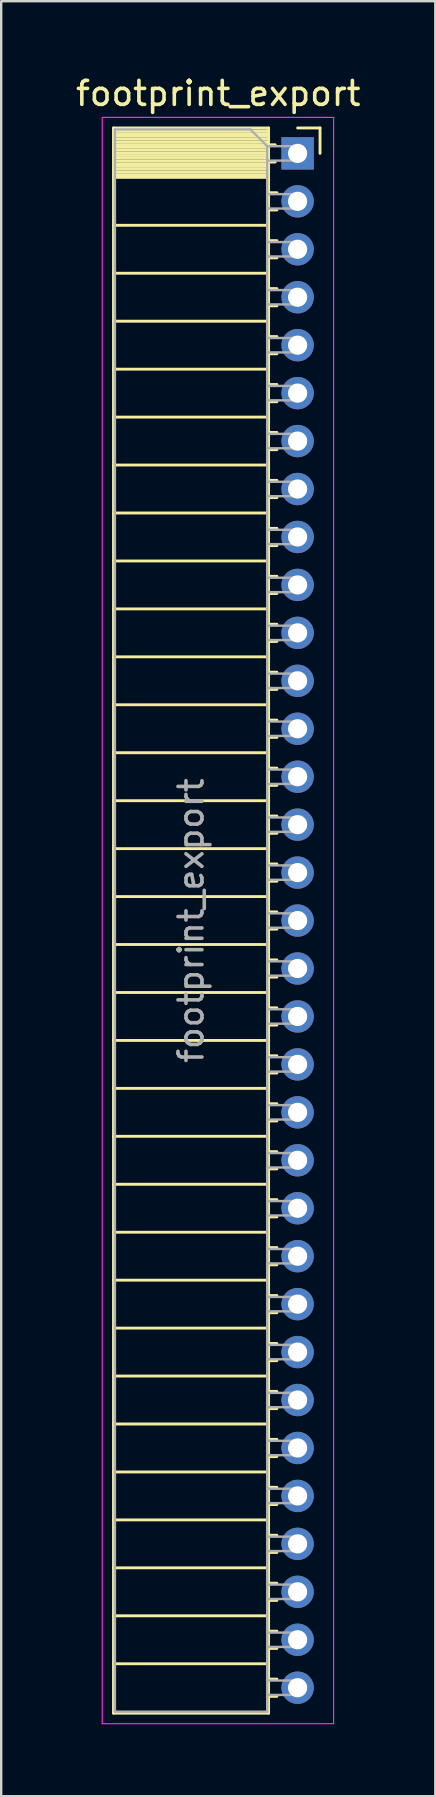
<source format=kicad_pcb>
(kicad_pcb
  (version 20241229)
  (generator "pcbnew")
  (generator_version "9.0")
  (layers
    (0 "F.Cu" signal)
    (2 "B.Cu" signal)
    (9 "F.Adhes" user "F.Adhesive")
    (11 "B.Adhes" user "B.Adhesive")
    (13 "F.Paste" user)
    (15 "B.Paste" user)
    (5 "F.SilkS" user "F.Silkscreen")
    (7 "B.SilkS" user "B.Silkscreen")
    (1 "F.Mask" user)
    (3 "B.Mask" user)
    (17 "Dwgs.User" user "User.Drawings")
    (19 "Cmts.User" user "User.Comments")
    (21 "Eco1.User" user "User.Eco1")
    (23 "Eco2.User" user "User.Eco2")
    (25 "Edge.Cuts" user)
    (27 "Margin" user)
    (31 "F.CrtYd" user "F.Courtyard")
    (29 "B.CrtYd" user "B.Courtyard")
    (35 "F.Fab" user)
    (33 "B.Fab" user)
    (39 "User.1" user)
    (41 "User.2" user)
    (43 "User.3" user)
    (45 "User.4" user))
  (footprint "footprint_export"
    (layer "F.Cu")
    (at 9.364 3.348)
    (property "Reference" "footprint_export" (at -3.31 -2.5 0) (layer "F.SilkS") (effects (font (size 1 1) (thickness 0.15))))
    (attr through_hole)
    (fp_line (start -7.68 -1.06) (end -7.68 65.06) (stroke (width 0.12) (type solid)) (layer "F.SilkS"))
    (fp_line (start -7.68 -1.06) (end -1.21 -1.06) (stroke (width 0.12) (type solid)) (layer "F.SilkS"))
    (fp_line (start -7.68 -0.94) (end -1.21 -0.94) (stroke (width 0.12) (type solid)) (layer "F.SilkS"))
    (fp_line (start -7.68 -0.826) (end -1.21 -0.826) (stroke (width 0.12) (type solid)) (layer "F.SilkS"))
    (fp_line (start -7.68 -0.712) (end -1.21 -0.712) (stroke (width 0.12) (type solid)) (layer "F.SilkS"))
    (fp_line (start -7.68 -0.598) (end -1.21 -0.598) (stroke (width 0.12) (type solid)) (layer "F.SilkS"))
    (fp_line (start -7.68 -0.484) (end -1.21 -0.484) (stroke (width 0.12) (type solid)) (layer "F.SilkS"))
    (fp_line (start -7.68 -0.369) (end -1.21 -0.369) (stroke (width 0.12) (type solid)) (layer "F.SilkS"))
    (fp_line (start -7.68 -0.255) (end -1.21 -0.255) (stroke (width 0.12) (type solid)) (layer "F.SilkS"))
    (fp_line (start -7.68 -0.141) (end -1.21 -0.141) (stroke (width 0.12) (type solid)) (layer "F.SilkS"))
    (fp_line (start -7.68 -0.027) (end -1.21 -0.027) (stroke (width 0.12) (type solid)) (layer "F.SilkS"))
    (fp_line (start -7.68 0.087) (end -1.21 0.087) (stroke (width 0.12) (type solid)) (layer "F.SilkS"))
    (fp_line (start -7.68 0.201) (end -1.21 0.201) (stroke (width 0.12) (type solid)) (layer "F.SilkS"))
    (fp_line (start -7.68 0.315) (end -1.21 0.315) (stroke (width 0.12) (type solid)) (layer "F.SilkS"))
    (fp_line (start -7.68 0.429) (end -1.21 0.429) (stroke (width 0.12) (type solid)) (layer "F.SilkS"))
    (fp_line (start -7.68 0.544) (end -1.21 0.544) (stroke (width 0.12) (type solid)) (layer "F.SilkS"))
    (fp_line (start -7.68 0.658) (end -1.21 0.658) (stroke (width 0.12) (type solid)) (layer "F.SilkS"))
    (fp_line (start -7.68 0.772) (end -1.21 0.772) (stroke (width 0.12) (type solid)) (layer "F.SilkS"))
    (fp_line (start -7.68 0.886) (end -1.21 0.886) (stroke (width 0.12) (type solid)) (layer "F.SilkS"))
    (fp_line (start -7.68 1) (end -1.21 1) (stroke (width 0.12) (type solid)) (layer "F.SilkS"))
    (fp_line (start -7.68 3) (end -1.21 3) (stroke (width 0.12) (type solid)) (layer "F.SilkS"))
    (fp_line (start -7.68 5) (end -1.21 5) (stroke (width 0.12) (type solid)) (layer "F.SilkS"))
    (fp_line (start -7.68 7) (end -1.21 7) (stroke (width 0.12) (type solid)) (layer "F.SilkS"))
    (fp_line (start -7.68 9) (end -1.21 9) (stroke (width 0.12) (type solid)) (layer "F.SilkS"))
    (fp_line (start -7.68 11) (end -1.21 11) (stroke (width 0.12) (type solid)) (layer "F.SilkS"))
    (fp_line (start -7.68 13) (end -1.21 13) (stroke (width 0.12) (type solid)) (layer "F.SilkS"))
    (fp_line (start -7.68 15) (end -1.21 15) (stroke (width 0.12) (type solid)) (layer "F.SilkS"))
    (fp_line (start -7.68 17) (end -1.21 17) (stroke (width 0.12) (type solid)) (layer "F.SilkS"))
    (fp_line (start -7.68 19) (end -1.21 19) (stroke (width 0.12) (type solid)) (layer "F.SilkS"))
    (fp_line (start -7.68 21) (end -1.21 21) (stroke (width 0.12) (type solid)) (layer "F.SilkS"))
    (fp_line (start -7.68 23) (end -1.21 23) (stroke (width 0.12) (type solid)) (layer "F.SilkS"))
    (fp_line (start -7.68 25) (end -1.21 25) (stroke (width 0.12) (type solid)) (layer "F.SilkS"))
    (fp_line (start -7.68 27) (end -1.21 27) (stroke (width 0.12) (type solid)) (layer "F.SilkS"))
    (fp_line (start -7.68 29) (end -1.21 29) (stroke (width 0.12) (type solid)) (layer "F.SilkS"))
    (fp_line (start -7.68 31) (end -1.21 31) (stroke (width 0.12) (type solid)) (layer "F.SilkS"))
    (fp_line (start -7.68 33) (end -1.21 33) (stroke (width 0.12) (type solid)) (layer "F.SilkS"))
    (fp_line (start -7.68 35) (end -1.21 35) (stroke (width 0.12) (type solid)) (layer "F.SilkS"))
    (fp_line (start -7.68 37) (end -1.21 37) (stroke (width 0.12) (type solid)) (layer "F.SilkS"))
    (fp_line (start -7.68 39) (end -1.21 39) (stroke (width 0.12) (type solid)) (layer "F.SilkS"))
    (fp_line (start -7.68 41) (end -1.21 41) (stroke (width 0.12) (type solid)) (layer "F.SilkS"))
    (fp_line (start -7.68 43) (end -1.21 43) (stroke (width 0.12) (type solid)) (layer "F.SilkS"))
    (fp_line (start -7.68 45) (end -1.21 45) (stroke (width 0.12) (type solid)) (layer "F.SilkS"))
    (fp_line (start -7.68 47) (end -1.21 47) (stroke (width 0.12) (type solid)) (layer "F.SilkS"))
    (fp_line (start -7.68 49) (end -1.21 49) (stroke (width 0.12) (type solid)) (layer "F.SilkS"))
    (fp_line (start -7.68 51) (end -1.21 51) (stroke (width 0.12) (type solid)) (layer "F.SilkS"))
    (fp_line (start -7.68 53) (end -1.21 53) (stroke (width 0.12) (type solid)) (layer "F.SilkS"))
    (fp_line (start -7.68 55) (end -1.21 55) (stroke (width 0.12) (type solid)) (layer "F.SilkS"))
    (fp_line (start -7.68 57) (end -1.21 57) (stroke (width 0.12) (type solid)) (layer "F.SilkS"))
    (fp_line (start -7.68 59) (end -1.21 59) (stroke (width 0.12) (type solid)) (layer "F.SilkS"))
    (fp_line (start -7.68 61) (end -1.21 61) (stroke (width 0.12) (type solid)) (layer "F.SilkS"))
    (fp_line (start -7.68 63) (end -1.21 63) (stroke (width 0.12) (type solid)) (layer "F.SilkS"))
    (fp_line (start -7.68 65.06) (end -1.21 65.06) (stroke (width 0.12) (type solid)) (layer "F.SilkS"))
    (fp_line (start -1.21 -1.06) (end -1.21 65.06) (stroke (width 0.12) (type solid)) (layer "F.SilkS"))
    (fp_line (start -1.21 -0.36) (end -0.935 -0.36) (stroke (width 0.12) (type solid)) (layer "F.SilkS"))
    (fp_line (start -1.21 0.36) (end -0.935 0.36) (stroke (width 0.12) (type solid)) (layer "F.SilkS"))
    (fp_line (start -1.21 1.64) (end -0.863 1.64) (stroke (width 0.12) (type solid)) (layer "F.SilkS"))
    (fp_line (start -1.21 2.36) (end -0.863 2.36) (stroke (width 0.12) (type solid)) (layer "F.SilkS"))
    (fp_line (start -1.21 3.64) (end -0.863 3.64) (stroke (width 0.12) (type solid)) (layer "F.SilkS"))
    (fp_line (start -1.21 4.36) (end -0.863 4.36) (stroke (width 0.12) (type solid)) (layer "F.SilkS"))
    (fp_line (start -1.21 5.64) (end -0.863 5.64) (stroke (width 0.12) (type solid)) (layer "F.SilkS"))
    (fp_line (start -1.21 6.36) (end -0.863 6.36) (stroke (width 0.12) (type solid)) (layer "F.SilkS"))
    (fp_line (start -1.21 7.64) (end -0.863 7.64) (stroke (width 0.12) (type solid)) (layer "F.SilkS"))
    (fp_line (start -1.21 8.36) (end -0.863 8.36) (stroke (width 0.12) (type solid)) (layer "F.SilkS"))
    (fp_line (start -1.21 9.64) (end -0.863 9.64) (stroke (width 0.12) (type solid)) (layer "F.SilkS"))
    (fp_line (start -1.21 10.36) (end -0.863 10.36) (stroke (width 0.12) (type solid)) (layer "F.SilkS"))
    (fp_line (start -1.21 11.64) (end -0.863 11.64) (stroke (width 0.12) (type solid)) (layer "F.SilkS"))
    (fp_line (start -1.21 12.36) (end -0.863 12.36) (stroke (width 0.12) (type solid)) (layer "F.SilkS"))
    (fp_line (start -1.21 13.64) (end -0.863 13.64) (stroke (width 0.12) (type solid)) (layer "F.SilkS"))
    (fp_line (start -1.21 14.36) (end -0.863 14.36) (stroke (width 0.12) (type solid)) (layer "F.SilkS"))
    (fp_line (start -1.21 15.64) (end -0.863 15.64) (stroke (width 0.12) (type solid)) (layer "F.SilkS"))
    (fp_line (start -1.21 16.36) (end -0.863 16.36) (stroke (width 0.12) (type solid)) (layer "F.SilkS"))
    (fp_line (start -1.21 17.64) (end -0.863 17.64) (stroke (width 0.12) (type solid)) (layer "F.SilkS"))
    (fp_line (start -1.21 18.36) (end -0.863 18.36) (stroke (width 0.12) (type solid)) (layer "F.SilkS"))
    (fp_line (start -1.21 19.64) (end -0.863 19.64) (stroke (width 0.12) (type solid)) (layer "F.SilkS"))
    (fp_line (start -1.21 20.36) (end -0.863 20.36) (stroke (width 0.12) (type solid)) (layer "F.SilkS"))
    (fp_line (start -1.21 21.64) (end -0.863 21.64) (stroke (width 0.12) (type solid)) (layer "F.SilkS"))
    (fp_line (start -1.21 22.36) (end -0.863 22.36) (stroke (width 0.12) (type solid)) (layer "F.SilkS"))
    (fp_line (start -1.21 23.64) (end -0.863 23.64) (stroke (width 0.12) (type solid)) (layer "F.SilkS"))
    (fp_line (start -1.21 24.36) (end -0.863 24.36) (stroke (width 0.12) (type solid)) (layer "F.SilkS"))
    (fp_line (start -1.21 25.64) (end -0.863 25.64) (stroke (width 0.12) (type solid)) (layer "F.SilkS"))
    (fp_line (start -1.21 26.36) (end -0.863 26.36) (stroke (width 0.12) (type solid)) (layer "F.SilkS"))
    (fp_line (start -1.21 27.64) (end -0.863 27.64) (stroke (width 0.12) (type solid)) (layer "F.SilkS"))
    (fp_line (start -1.21 28.36) (end -0.863 28.36) (stroke (width 0.12) (type solid)) (layer "F.SilkS"))
    (fp_line (start -1.21 29.64) (end -0.863 29.64) (stroke (width 0.12) (type solid)) (layer "F.SilkS"))
    (fp_line (start -1.21 30.36) (end -0.863 30.36) (stroke (width 0.12) (type solid)) (layer "F.SilkS"))
    (fp_line (start -1.21 31.64) (end -0.863 31.64) (stroke (width 0.12) (type solid)) (layer "F.SilkS"))
    (fp_line (start -1.21 32.36) (end -0.863 32.36) (stroke (width 0.12) (type solid)) (layer "F.SilkS"))
    (fp_line (start -1.21 33.64) (end -0.863 33.64) (stroke (width 0.12) (type solid)) (layer "F.SilkS"))
    (fp_line (start -1.21 34.36) (end -0.863 34.36) (stroke (width 0.12) (type solid)) (layer "F.SilkS"))
    (fp_line (start -1.21 35.64) (end -0.863 35.64) (stroke (width 0.12) (type solid)) (layer "F.SilkS"))
    (fp_line (start -1.21 36.36) (end -0.863 36.36) (stroke (width 0.12) (type solid)) (layer "F.SilkS"))
    (fp_line (start -1.21 37.64) (end -0.863 37.64) (stroke (width 0.12) (type solid)) (layer "F.SilkS"))
    (fp_line (start -1.21 38.36) (end -0.863 38.36) (stroke (width 0.12) (type solid)) (layer "F.SilkS"))
    (fp_line (start -1.21 39.64) (end -0.863 39.64) (stroke (width 0.12) (type solid)) (layer "F.SilkS"))
    (fp_line (start -1.21 40.36) (end -0.863 40.36) (stroke (width 0.12) (type solid)) (layer "F.SilkS"))
    (fp_line (start -1.21 41.64) (end -0.863 41.64) (stroke (width 0.12) (type solid)) (layer "F.SilkS"))
    (fp_line (start -1.21 42.36) (end -0.863 42.36) (stroke (width 0.12) (type solid)) (layer "F.SilkS"))
    (fp_line (start -1.21 43.64) (end -0.863 43.64) (stroke (width 0.12) (type solid)) (layer "F.SilkS"))
    (fp_line (start -1.21 44.36) (end -0.863 44.36) (stroke (width 0.12) (type solid)) (layer "F.SilkS"))
    (fp_line (start -1.21 45.64) (end -0.863 45.64) (stroke (width 0.12) (type solid)) (layer "F.SilkS"))
    (fp_line (start -1.21 46.36) (end -0.863 46.36) (stroke (width 0.12) (type solid)) (layer "F.SilkS"))
    (fp_line (start -1.21 47.64) (end -0.863 47.64) (stroke (width 0.12) (type solid)) (layer "F.SilkS"))
    (fp_line (start -1.21 48.36) (end -0.863 48.36) (stroke (width 0.12) (type solid)) (layer "F.SilkS"))
    (fp_line (start -1.21 49.64) (end -0.863 49.64) (stroke (width 0.12) (type solid)) (layer "F.SilkS"))
    (fp_line (start -1.21 50.36) (end -0.863 50.36) (stroke (width 0.12) (type solid)) (layer "F.SilkS"))
    (fp_line (start -1.21 51.64) (end -0.863 51.64) (stroke (width 0.12) (type solid)) (layer "F.SilkS"))
    (fp_line (start -1.21 52.36) (end -0.863 52.36) (stroke (width 0.12) (type solid)) (layer "F.SilkS"))
    (fp_line (start -1.21 53.64) (end -0.863 53.64) (stroke (width 0.12) (type solid)) (layer "F.SilkS"))
    (fp_line (start -1.21 54.36) (end -0.863 54.36) (stroke (width 0.12) (type solid)) (layer "F.SilkS"))
    (fp_line (start -1.21 55.64) (end -0.863 55.64) (stroke (width 0.12) (type solid)) (layer "F.SilkS"))
    (fp_line (start -1.21 56.36) (end -0.863 56.36) (stroke (width 0.12) (type solid)) (layer "F.SilkS"))
    (fp_line (start -1.21 57.64) (end -0.863 57.64) (stroke (width 0.12) (type solid)) (layer "F.SilkS"))
    (fp_line (start -1.21 58.36) (end -0.863 58.36) (stroke (width 0.12) (type solid)) (layer "F.SilkS"))
    (fp_line (start -1.21 59.64) (end -0.863 59.64) (stroke (width 0.12) (type solid)) (layer "F.SilkS"))
    (fp_line (start -1.21 60.36) (end -0.863 60.36) (stroke (width 0.12) (type solid)) (layer "F.SilkS"))
    (fp_line (start -1.21 61.64) (end -0.863 61.64) (stroke (width 0.12) (type solid)) (layer "F.SilkS"))
    (fp_line (start -1.21 62.36) (end -0.863 62.36) (stroke (width 0.12) (type solid)) (layer "F.SilkS"))
    (fp_line (start -1.21 63.64) (end -0.863 63.64) (stroke (width 0.12) (type solid)) (layer "F.SilkS"))
    (fp_line (start -1.21 64.36) (end -0.863 64.36) (stroke (width 0.12) (type solid)) (layer "F.SilkS"))
    (fp_line (start 0 -1.06) (end 0.935 -1.06) (stroke (width 0.12) (type solid)) (layer "F.SilkS"))
    (fp_line (start 0.935 -1.06) (end 0.935 0) (stroke (width 0.12) (type solid)) (layer "F.SilkS"))
    (fp_line (start -8.15 -1.5) (end -8.15 65.5) (stroke (width 0.05) (type solid)) (layer "F.CrtYd"))
    (fp_line (start -8.15 65.5) (end 1.5 65.5) (stroke (width 0.05) (type solid)) (layer "F.CrtYd"))
    (fp_line (start 1.5 -1.5) (end -8.15 -1.5) (stroke (width 0.05) (type solid)) (layer "F.CrtYd"))
    (fp_line (start 1.5 65.5) (end 1.5 -1.5) (stroke (width 0.05) (type solid)) (layer "F.CrtYd"))
    (fp_line (start -7.62 -1) (end -1.97 -1) (stroke (width 0.1) (type solid)) (layer "F.Fab"))
    (fp_line (start -7.62 65) (end -7.62 -1) (stroke (width 0.1) (type solid)) (layer "F.Fab"))
    (fp_line (start -1.97 -1) (end -1.27 -0.3) (stroke (width 0.1) (type solid)) (layer "F.Fab"))
    (fp_line (start -1.27 -0.3) (end -1.27 65) (stroke (width 0.1) (type solid)) (layer "F.Fab"))
    (fp_line (start -1.27 0.3) (end 0 0.3) (stroke (width 0.1) (type solid)) (layer "F.Fab"))
    (fp_line (start -1.27 2.3) (end 0 2.3) (stroke (width 0.1) (type solid)) (layer "F.Fab"))
    (fp_line (start -1.27 4.3) (end 0 4.3) (stroke (width 0.1) (type solid)) (layer "F.Fab"))
    (fp_line (start -1.27 6.3) (end 0 6.3) (stroke (width 0.1) (type solid)) (layer "F.Fab"))
    (fp_line (start -1.27 8.3) (end 0 8.3) (stroke (width 0.1) (type solid)) (layer "F.Fab"))
    (fp_line (start -1.27 10.3) (end 0 10.3) (stroke (width 0.1) (type solid)) (layer "F.Fab"))
    (fp_line (start -1.27 12.3) (end 0 12.3) (stroke (width 0.1) (type solid)) (layer "F.Fab"))
    (fp_line (start -1.27 14.3) (end 0 14.3) (stroke (width 0.1) (type solid)) (layer "F.Fab"))
    (fp_line (start -1.27 16.3) (end 0 16.3) (stroke (width 0.1) (type solid)) (layer "F.Fab"))
    (fp_line (start -1.27 18.3) (end 0 18.3) (stroke (width 0.1) (type solid)) (layer "F.Fab"))
    (fp_line (start -1.27 20.3) (end 0 20.3) (stroke (width 0.1) (type solid)) (layer "F.Fab"))
    (fp_line (start -1.27 22.3) (end 0 22.3) (stroke (width 0.1) (type solid)) (layer "F.Fab"))
    (fp_line (start -1.27 24.3) (end 0 24.3) (stroke (width 0.1) (type solid)) (layer "F.Fab"))
    (fp_line (start -1.27 26.3) (end 0 26.3) (stroke (width 0.1) (type solid)) (layer "F.Fab"))
    (fp_line (start -1.27 28.3) (end 0 28.3) (stroke (width 0.1) (type solid)) (layer "F.Fab"))
    (fp_line (start -1.27 30.3) (end 0 30.3) (stroke (width 0.1) (type solid)) (layer "F.Fab"))
    (fp_line (start -1.27 32.3) (end 0 32.3) (stroke (width 0.1) (type solid)) (layer "F.Fab"))
    (fp_line (start -1.27 34.3) (end 0 34.3) (stroke (width 0.1) (type solid)) (layer "F.Fab"))
    (fp_line (start -1.27 36.3) (end 0 36.3) (stroke (width 0.1) (type solid)) (layer "F.Fab"))
    (fp_line (start -1.27 38.3) (end 0 38.3) (stroke (width 0.1) (type solid)) (layer "F.Fab"))
    (fp_line (start -1.27 40.3) (end 0 40.3) (stroke (width 0.1) (type solid)) (layer "F.Fab"))
    (fp_line (start -1.27 42.3) (end 0 42.3) (stroke (width 0.1) (type solid)) (layer "F.Fab"))
    (fp_line (start -1.27 44.3) (end 0 44.3) (stroke (width 0.1) (type solid)) (layer "F.Fab"))
    (fp_line (start -1.27 46.3) (end 0 46.3) (stroke (width 0.1) (type solid)) (layer "F.Fab"))
    (fp_line (start -1.27 48.3) (end 0 48.3) (stroke (width 0.1) (type solid)) (layer "F.Fab"))
    (fp_line (start -1.27 50.3) (end 0 50.3) (stroke (width 0.1) (type solid)) (layer "F.Fab"))
    (fp_line (start -1.27 52.3) (end 0 52.3) (stroke (width 0.1) (type solid)) (layer "F.Fab"))
    (fp_line (start -1.27 54.3) (end 0 54.3) (stroke (width 0.1) (type solid)) (layer "F.Fab"))
    (fp_line (start -1.27 56.3) (end 0 56.3) (stroke (width 0.1) (type solid)) (layer "F.Fab"))
    (fp_line (start -1.27 58.3) (end 0 58.3) (stroke (width 0.1) (type solid)) (layer "F.Fab"))
    (fp_line (start -1.27 60.3) (end 0 60.3) (stroke (width 0.1) (type solid)) (layer "F.Fab"))
    (fp_line (start -1.27 62.3) (end 0 62.3) (stroke (width 0.1) (type solid)) (layer "F.Fab"))
    (fp_line (start -1.27 64.3) (end 0 64.3) (stroke (width 0.1) (type solid)) (layer "F.Fab"))
    (fp_line (start -1.27 65) (end -7.62 65) (stroke (width 0.1) (type solid)) (layer "F.Fab"))
    (fp_line (start 0 -0.3) (end -1.27 -0.3) (stroke (width 0.1) (type solid)) (layer "F.Fab"))
    (fp_line (start 0 0.3) (end 0 -0.3) (stroke (width 0.1) (type solid)) (layer "F.Fab"))
    (fp_line (start 0 1.7) (end -1.27 1.7) (stroke (width 0.1) (type solid)) (layer "F.Fab"))
    (fp_line (start 0 2.3) (end 0 1.7) (stroke (width 0.1) (type solid)) (layer "F.Fab"))
    (fp_line (start 0 3.7) (end -1.27 3.7) (stroke (width 0.1) (type solid)) (layer "F.Fab"))
    (fp_line (start 0 4.3) (end 0 3.7) (stroke (width 0.1) (type solid)) (layer "F.Fab"))
    (fp_line (start 0 5.7) (end -1.27 5.7) (stroke (width 0.1) (type solid)) (layer "F.Fab"))
    (fp_line (start 0 6.3) (end 0 5.7) (stroke (width 0.1) (type solid)) (layer "F.Fab"))
    (fp_line (start 0 7.7) (end -1.27 7.7) (stroke (width 0.1) (type solid)) (layer "F.Fab"))
    (fp_line (start 0 8.3) (end 0 7.7) (stroke (width 0.1) (type solid)) (layer "F.Fab"))
    (fp_line (start 0 9.7) (end -1.27 9.7) (stroke (width 0.1) (type solid)) (layer "F.Fab"))
    (fp_line (start 0 10.3) (end 0 9.7) (stroke (width 0.1) (type solid)) (layer "F.Fab"))
    (fp_line (start 0 11.7) (end -1.27 11.7) (stroke (width 0.1) (type solid)) (layer "F.Fab"))
    (fp_line (start 0 12.3) (end 0 11.7) (stroke (width 0.1) (type solid)) (layer "F.Fab"))
    (fp_line (start 0 13.7) (end -1.27 13.7) (stroke (width 0.1) (type solid)) (layer "F.Fab"))
    (fp_line (start 0 14.3) (end 0 13.7) (stroke (width 0.1) (type solid)) (layer "F.Fab"))
    (fp_line (start 0 15.7) (end -1.27 15.7) (stroke (width 0.1) (type solid)) (layer "F.Fab"))
    (fp_line (start 0 16.3) (end 0 15.7) (stroke (width 0.1) (type solid)) (layer "F.Fab"))
    (fp_line (start 0 17.7) (end -1.27 17.7) (stroke (width 0.1) (type solid)) (layer "F.Fab"))
    (fp_line (start 0 18.3) (end 0 17.7) (stroke (width 0.1) (type solid)) (layer "F.Fab"))
    (fp_line (start 0 19.7) (end -1.27 19.7) (stroke (width 0.1) (type solid)) (layer "F.Fab"))
    (fp_line (start 0 20.3) (end 0 19.7) (stroke (width 0.1) (type solid)) (layer "F.Fab"))
    (fp_line (start 0 21.7) (end -1.27 21.7) (stroke (width 0.1) (type solid)) (layer "F.Fab"))
    (fp_line (start 0 22.3) (end 0 21.7) (stroke (width 0.1) (type solid)) (layer "F.Fab"))
    (fp_line (start 0 23.7) (end -1.27 23.7) (stroke (width 0.1) (type solid)) (layer "F.Fab"))
    (fp_line (start 0 24.3) (end 0 23.7) (stroke (width 0.1) (type solid)) (layer "F.Fab"))
    (fp_line (start 0 25.7) (end -1.27 25.7) (stroke (width 0.1) (type solid)) (layer "F.Fab"))
    (fp_line (start 0 26.3) (end 0 25.7) (stroke (width 0.1) (type solid)) (layer "F.Fab"))
    (fp_line (start 0 27.7) (end -1.27 27.7) (stroke (width 0.1) (type solid)) (layer "F.Fab"))
    (fp_line (start 0 28.3) (end 0 27.7) (stroke (width 0.1) (type solid)) (layer "F.Fab"))
    (fp_line (start 0 29.7) (end -1.27 29.7) (stroke (width 0.1) (type solid)) (layer "F.Fab"))
    (fp_line (start 0 30.3) (end 0 29.7) (stroke (width 0.1) (type solid)) (layer "F.Fab"))
    (fp_line (start 0 31.7) (end -1.27 31.7) (stroke (width 0.1) (type solid)) (layer "F.Fab"))
    (fp_line (start 0 32.3) (end 0 31.7) (stroke (width 0.1) (type solid)) (layer "F.Fab"))
    (fp_line (start 0 33.7) (end -1.27 33.7) (stroke (width 0.1) (type solid)) (layer "F.Fab"))
    (fp_line (start 0 34.3) (end 0 33.7) (stroke (width 0.1) (type solid)) (layer "F.Fab"))
    (fp_line (start 0 35.7) (end -1.27 35.7) (stroke (width 0.1) (type solid)) (layer "F.Fab"))
    (fp_line (start 0 36.3) (end 0 35.7) (stroke (width 0.1) (type solid)) (layer "F.Fab"))
    (fp_line (start 0 37.7) (end -1.27 37.7) (stroke (width 0.1) (type solid)) (layer "F.Fab"))
    (fp_line (start 0 38.3) (end 0 37.7) (stroke (width 0.1) (type solid)) (layer "F.Fab"))
    (fp_line (start 0 39.7) (end -1.27 39.7) (stroke (width 0.1) (type solid)) (layer "F.Fab"))
    (fp_line (start 0 40.3) (end 0 39.7) (stroke (width 0.1) (type solid)) (layer "F.Fab"))
    (fp_line (start 0 41.7) (end -1.27 41.7) (stroke (width 0.1) (type solid)) (layer "F.Fab"))
    (fp_line (start 0 42.3) (end 0 41.7) (stroke (width 0.1) (type solid)) (layer "F.Fab"))
    (fp_line (start 0 43.7) (end -1.27 43.7) (stroke (width 0.1) (type solid)) (layer "F.Fab"))
    (fp_line (start 0 44.3) (end 0 43.7) (stroke (width 0.1) (type solid)) (layer "F.Fab"))
    (fp_line (start 0 45.7) (end -1.27 45.7) (stroke (width 0.1) (type solid)) (layer "F.Fab"))
    (fp_line (start 0 46.3) (end 0 45.7) (stroke (width 0.1) (type solid)) (layer "F.Fab"))
    (fp_line (start 0 47.7) (end -1.27 47.7) (stroke (width 0.1) (type solid)) (layer "F.Fab"))
    (fp_line (start 0 48.3) (end 0 47.7) (stroke (width 0.1) (type solid)) (layer "F.Fab"))
    (fp_line (start 0 49.7) (end -1.27 49.7) (stroke (width 0.1) (type solid)) (layer "F.Fab"))
    (fp_line (start 0 50.3) (end 0 49.7) (stroke (width 0.1) (type solid)) (layer "F.Fab"))
    (fp_line (start 0 51.7) (end -1.27 51.7) (stroke (width 0.1) (type solid)) (layer "F.Fab"))
    (fp_line (start 0 52.3) (end 0 51.7) (stroke (width 0.1) (type solid)) (layer "F.Fab"))
    (fp_line (start 0 53.7) (end -1.27 53.7) (stroke (width 0.1) (type solid)) (layer "F.Fab"))
    (fp_line (start 0 54.3) (end 0 53.7) (stroke (width 0.1) (type solid)) (layer "F.Fab"))
    (fp_line (start 0 55.7) (end -1.27 55.7) (stroke (width 0.1) (type solid)) (layer "F.Fab"))
    (fp_line (start 0 56.3) (end 0 55.7) (stroke (width 0.1) (type solid)) (layer "F.Fab"))
    (fp_line (start 0 57.7) (end -1.27 57.7) (stroke (width 0.1) (type solid)) (layer "F.Fab"))
    (fp_line (start 0 58.3) (end 0 57.7) (stroke (width 0.1) (type solid)) (layer "F.Fab"))
    (fp_line (start 0 59.7) (end -1.27 59.7) (stroke (width 0.1) (type solid)) (layer "F.Fab"))
    (fp_line (start 0 60.3) (end 0 59.7) (stroke (width 0.1) (type solid)) (layer "F.Fab"))
    (fp_line (start 0 61.7) (end -1.27 61.7) (stroke (width 0.1) (type solid)) (layer "F.Fab"))
    (fp_line (start 0 62.3) (end 0 61.7) (stroke (width 0.1) (type solid)) (layer "F.Fab"))
    (fp_line (start 0 63.7) (end -1.27 63.7) (stroke (width 0.1) (type solid)) (layer "F.Fab"))
    (fp_line (start 0 64.3) (end 0 63.7) (stroke (width 0.1) (type solid)) (layer "F.Fab"))
    (fp_text user "${REFERENCE}" (at -4.445 32 90) (layer "F.Fab") (effects (font (size 1 1) (thickness 0.15))))
    (pad "1" thru_hole rect (at 0 0) (size 1.35 1.35) (drill 0.8) (layers "*.Cu" "*.Mask"))
    (pad "2" thru_hole oval (at 0 2) (size 1.35 1.35) (drill 0.8) (layers "*.Cu" "*.Mask"))
    (pad "3" thru_hole oval (at 0 4) (size 1.35 1.35) (drill 0.8) (layers "*.Cu" "*.Mask"))
    (pad "4" thru_hole oval (at 0 6) (size 1.35 1.35) (drill 0.8) (layers "*.Cu" "*.Mask"))
    (pad "5" thru_hole oval (at 0 8) (size 1.35 1.35) (drill 0.8) (layers "*.Cu" "*.Mask"))
    (pad "6" thru_hole oval (at 0 10) (size 1.35 1.35) (drill 0.8) (layers "*.Cu" "*.Mask"))
    (pad "7" thru_hole oval (at 0 12) (size 1.35 1.35) (drill 0.8) (layers "*.Cu" "*.Mask"))
    (pad "8" thru_hole oval (at 0 14) (size 1.35 1.35) (drill 0.8) (layers "*.Cu" "*.Mask"))
    (pad "9" thru_hole oval (at 0 16) (size 1.35 1.35) (drill 0.8) (layers "*.Cu" "*.Mask"))
    (pad "10" thru_hole oval (at 0 18) (size 1.35 1.35) (drill 0.8) (layers "*.Cu" "*.Mask"))
    (pad "11" thru_hole oval (at 0 20) (size 1.35 1.35) (drill 0.8) (layers "*.Cu" "*.Mask"))
    (pad "12" thru_hole oval (at 0 22) (size 1.35 1.35) (drill 0.8) (layers "*.Cu" "*.Mask"))
    (pad "13" thru_hole oval (at 0 24) (size 1.35 1.35) (drill 0.8) (layers "*.Cu" "*.Mask"))
    (pad "14" thru_hole oval (at 0 26) (size 1.35 1.35) (drill 0.8) (layers "*.Cu" "*.Mask"))
    (pad "15" thru_hole oval (at 0 28) (size 1.35 1.35) (drill 0.8) (layers "*.Cu" "*.Mask"))
    (pad "16" thru_hole oval (at 0 30) (size 1.35 1.35) (drill 0.8) (layers "*.Cu" "*.Mask"))
    (pad "17" thru_hole oval (at 0 32) (size 1.35 1.35) (drill 0.8) (layers "*.Cu" "*.Mask"))
    (pad "18" thru_hole oval (at 0 34) (size 1.35 1.35) (drill 0.8) (layers "*.Cu" "*.Mask"))
    (pad "19" thru_hole oval (at 0 36) (size 1.35 1.35) (drill 0.8) (layers "*.Cu" "*.Mask"))
    (pad "20" thru_hole oval (at 0 38) (size 1.35 1.35) (drill 0.8) (layers "*.Cu" "*.Mask"))
    (pad "21" thru_hole oval (at 0 40) (size 1.35 1.35) (drill 0.8) (layers "*.Cu" "*.Mask"))
    (pad "22" thru_hole oval (at 0 42) (size 1.35 1.35) (drill 0.8) (layers "*.Cu" "*.Mask"))
    (pad "23" thru_hole oval (at 0 44) (size 1.35 1.35) (drill 0.8) (layers "*.Cu" "*.Mask"))
    (pad "24" thru_hole oval (at 0 46) (size 1.35 1.35) (drill 0.8) (layers "*.Cu" "*.Mask"))
    (pad "25" thru_hole oval (at 0 48) (size 1.35 1.35) (drill 0.8) (layers "*.Cu" "*.Mask"))
    (pad "26" thru_hole oval (at 0 50) (size 1.35 1.35) (drill 0.8) (layers "*.Cu" "*.Mask"))
    (pad "27" thru_hole oval (at 0 52) (size 1.35 1.35) (drill 0.8) (layers "*.Cu" "*.Mask"))
    (pad "28" thru_hole oval (at 0 54) (size 1.35 1.35) (drill 0.8) (layers "*.Cu" "*.Mask"))
    (pad "29" thru_hole oval (at 0 56) (size 1.35 1.35) (drill 0.8) (layers "*.Cu" "*.Mask"))
    (pad "30" thru_hole oval (at 0 58) (size 1.35 1.35) (drill 0.8) (layers "*.Cu" "*.Mask"))
    (pad "31" thru_hole oval (at 0 60) (size 1.35 1.35) (drill 0.8) (layers "*.Cu" "*.Mask"))
    (pad "32" thru_hole oval (at 0 62) (size 1.35 1.35) (drill 0.8) (layers "*.Cu" "*.Mask"))
    (pad "33" thru_hole oval (at 0 64) (size 1.35 1.35) (drill 0.8) (layers "*.Cu" "*.Mask")))
  (gr_rect
    (start -3 -3)
    (end 15.107 71.873)
    (stroke (width 0.1) (type default))
    (fill no)
    (layer "Edge.Cuts")))
</source>
